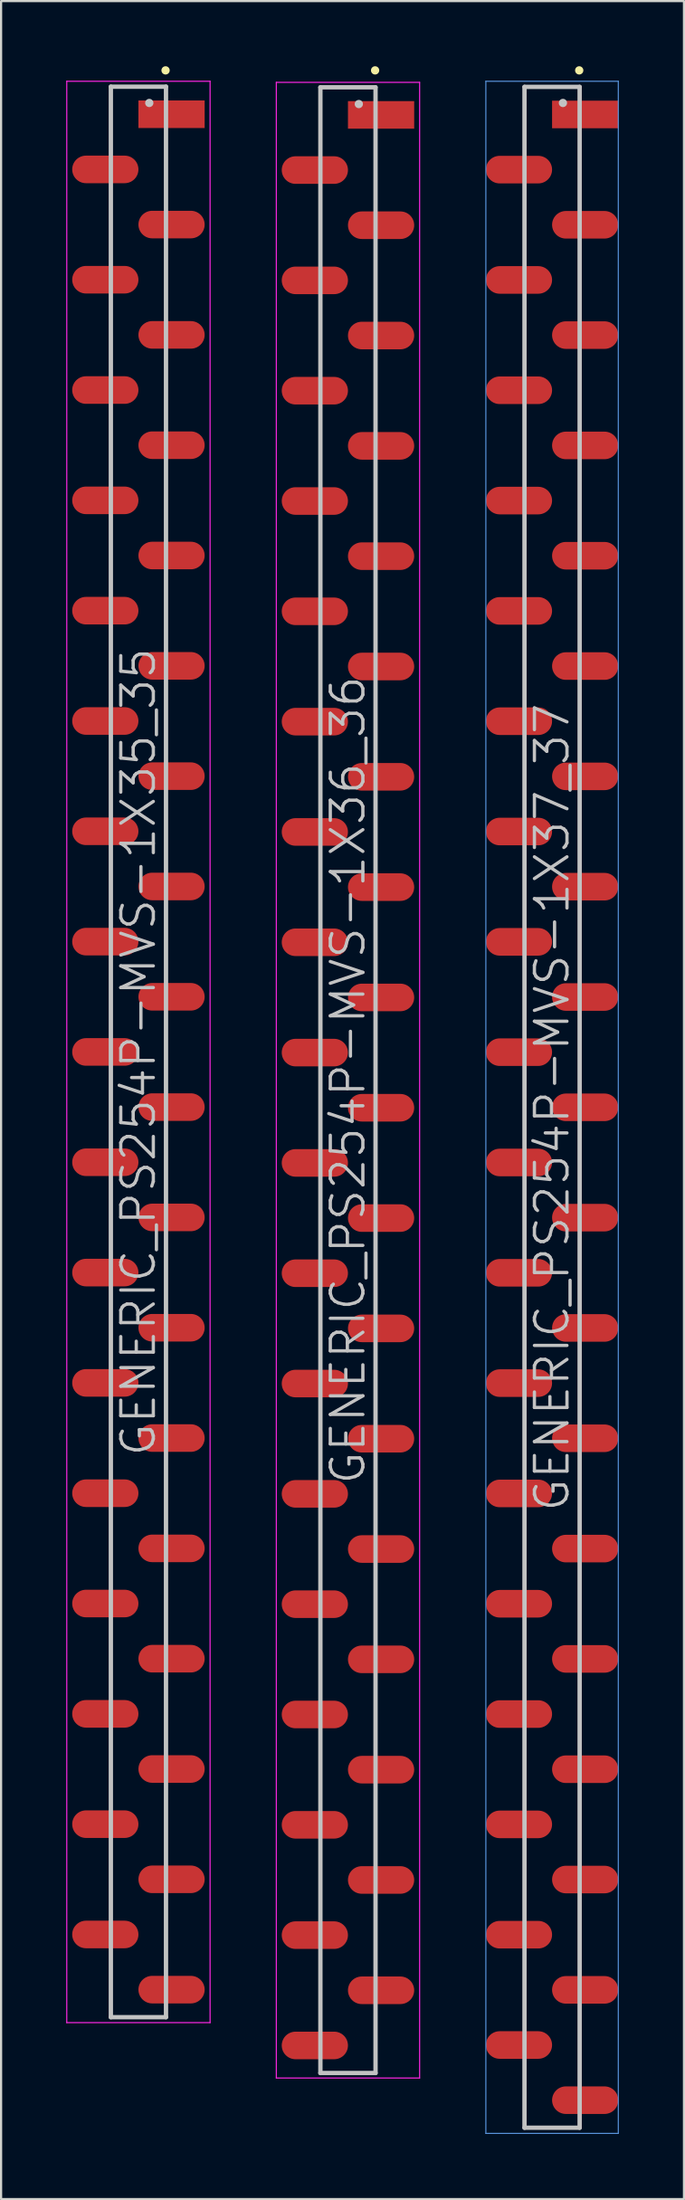
<source format=kicad_pcb>
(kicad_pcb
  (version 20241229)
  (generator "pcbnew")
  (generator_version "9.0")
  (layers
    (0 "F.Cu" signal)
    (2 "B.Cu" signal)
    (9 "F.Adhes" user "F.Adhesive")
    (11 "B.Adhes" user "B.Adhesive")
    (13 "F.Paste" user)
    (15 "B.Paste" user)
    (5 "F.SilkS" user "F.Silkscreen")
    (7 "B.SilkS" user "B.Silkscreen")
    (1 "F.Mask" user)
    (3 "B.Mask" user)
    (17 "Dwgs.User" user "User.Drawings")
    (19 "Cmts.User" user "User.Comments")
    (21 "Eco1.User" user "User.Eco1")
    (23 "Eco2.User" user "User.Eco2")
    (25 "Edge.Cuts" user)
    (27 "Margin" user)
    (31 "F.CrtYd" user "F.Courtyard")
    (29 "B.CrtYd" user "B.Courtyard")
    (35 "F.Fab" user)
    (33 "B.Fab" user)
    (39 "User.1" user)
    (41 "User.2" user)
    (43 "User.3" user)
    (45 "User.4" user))
  (footprint "GENERIC_PS254P-MVS-1X37_37"
    (layer "F.Cu")
    (at 22.375 47.941)
    (property "Reference" "GENERIC_PS254P-MVS-1X37_37" (at 0 0 90) (layer "Dwgs.User") (effects (font (size 1.5 1.5) (thickness 0.15))))
    (attr smd)
    (fp_line (start 1.25 -47.75) (end 1.25 -47.75) (stroke (width 0.381) (type solid)) (layer "F.SilkS"))
    (fp_line (start -1.27 -46.99) (end -1.27 46.99) (stroke (width 0.2) (type solid)) (layer "Dwgs.User"))
    (fp_line (start -1.27 -46.99) (end 1.27 -46.99) (stroke (width 0.2) (type solid)) (layer "Dwgs.User"))
    (fp_line (start -1.27 46.99) (end 1.27 46.99) (stroke (width 0.2) (type solid)) (layer "Dwgs.User"))
    (fp_line (start 0.5 -46.25) (end 0.5 -46.25) (stroke (width 0.381) (type solid)) (layer "Dwgs.User"))
    (fp_line (start 1.27 -46.99) (end 1.27 46.99) (stroke (width 0.2) (type solid)) (layer "Dwgs.User"))
    (fp_line (start -3.05 -47.25) (end -3.05 47.25) (stroke (width 0.05) (type solid)) (layer "Cmts.User"))
    (fp_line (start -3.05 -47.25) (end 3.05 -47.25) (stroke (width 0.05) (type solid)) (layer "Cmts.User"))
    (fp_line (start -3.05 47.25) (end 3.05 47.25) (stroke (width 0.05) (type solid)) (layer "Cmts.User"))
    (fp_line (start 3.05 -47.25) (end 3.05 47.25) (stroke (width 0.05) (type solid)) (layer "Cmts.User"))
    (pad "1" smd rect (at 1.525 -45.72 90) (size 1.27 3.05) (layers "F.Cu" "F.Mask" "F.Paste"))
    (pad "2" smd oval (at -1.525 -43.18 90) (size 1.27 3.05) (layers "F.Cu" "F.Mask" "F.Paste"))
    (pad "3" smd oval (at 1.525 -40.64 90) (size 1.27 3.05) (layers "F.Cu" "F.Mask" "F.Paste"))
    (pad "4" smd oval (at -1.525 -38.1 90) (size 1.27 3.05) (layers "F.Cu" "F.Mask" "F.Paste"))
    (pad "5" smd oval (at 1.525 -35.56 90) (size 1.27 3.05) (layers "F.Cu" "F.Mask" "F.Paste"))
    (pad "6" smd oval (at -1.525 -33.02 90) (size 1.27 3.05) (layers "F.Cu" "F.Mask" "F.Paste"))
    (pad "7" smd oval (at 1.525 -30.48 90) (size 1.27 3.05) (layers "F.Cu" "F.Mask" "F.Paste"))
    (pad "8" smd oval (at -1.525 -27.94 90) (size 1.27 3.05) (layers "F.Cu" "F.Mask" "F.Paste"))
    (pad "9" smd oval (at 1.525 -25.4 90) (size 1.27 3.05) (layers "F.Cu" "F.Mask" "F.Paste"))
    (pad "10" smd oval (at -1.525 -22.86 90) (size 1.27 3.05) (layers "F.Cu" "F.Mask" "F.Paste"))
    (pad "11" smd oval (at 1.525 -20.32 90) (size 1.27 3.05) (layers "F.Cu" "F.Mask" "F.Paste"))
    (pad "12" smd oval (at -1.525 -17.78 90) (size 1.27 3.05) (layers "F.Cu" "F.Mask" "F.Paste"))
    (pad "13" smd oval (at 1.525 -15.24 90) (size 1.27 3.05) (layers "F.Cu" "F.Mask" "F.Paste"))
    (pad "14" smd oval (at -1.525 -12.7 90) (size 1.27 3.05) (layers "F.Cu" "F.Mask" "F.Paste"))
    (pad "15" smd oval (at 1.525 -10.16 90) (size 1.27 3.05) (layers "F.Cu" "F.Mask" "F.Paste"))
    (pad "16" smd oval (at -1.525 -7.62 90) (size 1.27 3.05) (layers "F.Cu" "F.Mask" "F.Paste"))
    (pad "17" smd oval (at 1.525 -5.08 90) (size 1.27 3.05) (layers "F.Cu" "F.Mask" "F.Paste"))
    (pad "18" smd oval (at -1.525 -2.54 90) (size 1.27 3.05) (layers "F.Cu" "F.Mask" "F.Paste"))
    (pad "19" smd oval (at 1.525 0 90) (size 1.27 3.05) (layers "F.Cu" "F.Mask" "F.Paste"))
    (pad "20" smd oval (at -1.525 2.54 90) (size 1.27 3.05) (layers "F.Cu" "F.Mask" "F.Paste"))
    (pad "21" smd oval (at 1.525 5.08 90) (size 1.27 3.05) (layers "F.Cu" "F.Mask" "F.Paste"))
    (pad "22" smd oval (at -1.525 7.62 90) (size 1.27 3.05) (layers "F.Cu" "F.Mask" "F.Paste"))
    (pad "23" smd oval (at 1.525 10.16 90) (size 1.27 3.05) (layers "F.Cu" "F.Mask" "F.Paste"))
    (pad "24" smd oval (at -1.525 12.7 90) (size 1.27 3.05) (layers "F.Cu" "F.Mask" "F.Paste"))
    (pad "25" smd oval (at 1.525 15.24 90) (size 1.27 3.05) (layers "F.Cu" "F.Mask" "F.Paste"))
    (pad "26" smd oval (at -1.525 17.78 90) (size 1.27 3.05) (layers "F.Cu" "F.Mask" "F.Paste"))
    (pad "27" smd oval (at 1.525 20.32 90) (size 1.27 3.05) (layers "F.Cu" "F.Mask" "F.Paste"))
    (pad "28" smd oval (at -1.525 22.86 90) (size 1.27 3.05) (layers "F.Cu" "F.Mask" "F.Paste"))
    (pad "29" smd oval (at 1.525 25.4 90) (size 1.27 3.05) (layers "F.Cu" "F.Mask" "F.Paste"))
    (pad "30" smd oval (at -1.525 27.94 90) (size 1.27 3.05) (layers "F.Cu" "F.Mask" "F.Paste"))
    (pad "31" smd oval (at 1.525 30.48 90) (size 1.27 3.05) (layers "F.Cu" "F.Mask" "F.Paste"))
    (pad "32" smd oval (at -1.525 33.02 90) (size 1.27 3.05) (layers "F.Cu" "F.Mask" "F.Paste"))
    (pad "33" smd oval (at 1.525 35.56 90) (size 1.27 3.05) (layers "F.Cu" "F.Mask" "F.Paste"))
    (pad "34" smd oval (at -1.525 38.1 90) (size 1.27 3.05) (layers "F.Cu" "F.Mask" "F.Paste"))
    (pad "35" smd oval (at 1.525 40.64 90) (size 1.27 3.05) (layers "F.Cu" "F.Mask" "F.Paste"))
    (pad "36" smd oval (at -1.525 43.18 90) (size 1.27 3.05) (layers "F.Cu" "F.Mask" "F.Paste"))
    (pad "37" smd oval (at 1.525 45.72 90) (size 1.27 3.05) (layers "F.Cu" "F.Mask" "F.Paste")))
  (footprint "GENERIC_PS254P-MVS-1X36_36"
    (layer "F.Cu")
    (at 12.975 46.691)
    (property "Reference" "GENERIC_PS254P-MVS-1X36_36" (at 0 0 90) (layer "Dwgs.User") (effects (font (size 1.5 1.5) (thickness 0.15))))
    (attr smd)
    (fp_line (start 1.25 -46.5) (end 1.25 -46.5) (stroke (width 0.381) (type solid)) (layer "F.SilkS"))
    (fp_line (start -1.27 -45.72) (end -1.27 45.72) (stroke (width 0.2) (type solid)) (layer "Dwgs.User"))
    (fp_line (start -1.27 -45.72) (end 1.27 -45.72) (stroke (width 0.2) (type solid)) (layer "Dwgs.User"))
    (fp_line (start -1.27 45.72) (end 1.27 45.72) (stroke (width 0.2) (type solid)) (layer "Dwgs.User"))
    (fp_line (start 0.5 -44.95) (end 0.5 -44.95) (stroke (width 0.381) (type solid)) (layer "Dwgs.User"))
    (fp_line (start 1.27 -45.72) (end 1.27 45.72) (stroke (width 0.2) (type solid)) (layer "Dwgs.User"))
    (fp_line (start -3.3 -45.95) (end -3.3 45.95) (stroke (width 0.05) (type solid)) (layer "F.CrtYd"))
    (fp_line (start -3.3 -45.95) (end 3.3 -45.95) (stroke (width 0.05) (type solid)) (layer "F.CrtYd"))
    (fp_line (start -3.3 45.95) (end 3.3 45.95) (stroke (width 0.05) (type solid)) (layer "F.CrtYd"))
    (fp_line (start 3.3 -45.95) (end 3.3 45.95) (stroke (width 0.05) (type solid)) (layer "F.CrtYd"))
    (pad "1" smd rect (at 1.525 -44.45 90) (size 1.27 3.05) (layers "F.Cu" "F.Mask" "F.Paste"))
    (pad "2" smd oval (at -1.525 -41.91 90) (size 1.27 3.05) (layers "F.Cu" "F.Mask" "F.Paste"))
    (pad "3" smd oval (at 1.525 -39.37 90) (size 1.27 3.05) (layers "F.Cu" "F.Mask" "F.Paste"))
    (pad "4" smd oval (at -1.525 -36.83 90) (size 1.27 3.05) (layers "F.Cu" "F.Mask" "F.Paste"))
    (pad "5" smd oval (at 1.525 -34.29 90) (size 1.27 3.05) (layers "F.Cu" "F.Mask" "F.Paste"))
    (pad "6" smd oval (at -1.525 -31.75 90) (size 1.27 3.05) (layers "F.Cu" "F.Mask" "F.Paste"))
    (pad "7" smd oval (at 1.525 -29.21 90) (size 1.27 3.05) (layers "F.Cu" "F.Mask" "F.Paste"))
    (pad "8" smd oval (at -1.525 -26.67 90) (size 1.27 3.05) (layers "F.Cu" "F.Mask" "F.Paste"))
    (pad "9" smd oval (at 1.525 -24.13 90) (size 1.27 3.05) (layers "F.Cu" "F.Mask" "F.Paste"))
    (pad "10" smd oval (at -1.525 -21.59 90) (size 1.27 3.05) (layers "F.Cu" "F.Mask" "F.Paste"))
    (pad "11" smd oval (at 1.525 -19.05 90) (size 1.27 3.05) (layers "F.Cu" "F.Mask" "F.Paste"))
    (pad "12" smd oval (at -1.525 -16.51 90) (size 1.27 3.05) (layers "F.Cu" "F.Mask" "F.Paste"))
    (pad "13" smd oval (at 1.525 -13.97 90) (size 1.27 3.05) (layers "F.Cu" "F.Mask" "F.Paste"))
    (pad "14" smd oval (at -1.525 -11.43 90) (size 1.27 3.05) (layers "F.Cu" "F.Mask" "F.Paste"))
    (pad "15" smd oval (at 1.525 -8.89 90) (size 1.27 3.05) (layers "F.Cu" "F.Mask" "F.Paste"))
    (pad "16" smd oval (at -1.525 -6.35 90) (size 1.27 3.05) (layers "F.Cu" "F.Mask" "F.Paste"))
    (pad "17" smd oval (at 1.525 -3.81 90) (size 1.27 3.05) (layers "F.Cu" "F.Mask" "F.Paste"))
    (pad "18" smd oval (at -1.525 -1.27 90) (size 1.27 3.05) (layers "F.Cu" "F.Mask" "F.Paste"))
    (pad "19" smd oval (at 1.525 1.27 90) (size 1.27 3.05) (layers "F.Cu" "F.Mask" "F.Paste"))
    (pad "20" smd oval (at -1.525 3.81 90) (size 1.27 3.05) (layers "F.Cu" "F.Mask" "F.Paste"))
    (pad "21" smd oval (at 1.525 6.35 90) (size 1.27 3.05) (layers "F.Cu" "F.Mask" "F.Paste"))
    (pad "22" smd oval (at -1.525 8.89 90) (size 1.27 3.05) (layers "F.Cu" "F.Mask" "F.Paste"))
    (pad "23" smd oval (at 1.525 11.43 90) (size 1.27 3.05) (layers "F.Cu" "F.Mask" "F.Paste"))
    (pad "24" smd oval (at -1.525 13.97 90) (size 1.27 3.05) (layers "F.Cu" "F.Mask" "F.Paste"))
    (pad "25" smd oval (at 1.525 16.51 90) (size 1.27 3.05) (layers "F.Cu" "F.Mask" "F.Paste"))
    (pad "26" smd oval (at -1.525 19.05 90) (size 1.27 3.05) (layers "F.Cu" "F.Mask" "F.Paste"))
    (pad "27" smd oval (at 1.525 21.59 90) (size 1.27 3.05) (layers "F.Cu" "F.Mask" "F.Paste"))
    (pad "28" smd oval (at -1.525 24.13 90) (size 1.27 3.05) (layers "F.Cu" "F.Mask" "F.Paste"))
    (pad "29" smd oval (at 1.525 26.67 90) (size 1.27 3.05) (layers "F.Cu" "F.Mask" "F.Paste"))
    (pad "30" smd oval (at -1.525 29.21 90) (size 1.27 3.05) (layers "F.Cu" "F.Mask" "F.Paste"))
    (pad "31" smd oval (at 1.525 31.75 90) (size 1.27 3.05) (layers "F.Cu" "F.Mask" "F.Paste"))
    (pad "32" smd oval (at -1.525 34.29 90) (size 1.27 3.05) (layers "F.Cu" "F.Mask" "F.Paste"))
    (pad "33" smd oval (at 1.525 36.83 90) (size 1.27 3.05) (layers "F.Cu" "F.Mask" "F.Paste"))
    (pad "34" smd oval (at -1.525 39.37 90) (size 1.27 3.05) (layers "F.Cu" "F.Mask" "F.Paste"))
    (pad "35" smd oval (at 1.525 41.91 90) (size 1.27 3.05) (layers "F.Cu" "F.Mask" "F.Paste"))
    (pad "36" smd oval (at -1.525 44.45 90) (size 1.27 3.05) (layers "F.Cu" "F.Mask" "F.Paste")))
  (footprint "GENERIC_PS254P-MVS-1X35_35"
    (layer "F.Cu")
    (at 3.325 45.391)
    (property "Reference" "GENERIC_PS254P-MVS-1X35_35" (at 0 0 90) (layer "Dwgs.User") (effects (font (size 1.5 1.5) (thickness 0.15))))
    (attr smd)
    (fp_line (start 1.25 -45.2) (end 1.25 -45.2) (stroke (width 0.381) (type solid)) (layer "F.SilkS"))
    (fp_line (start -1.27 -44.45) (end -1.27 44.45) (stroke (width 0.2) (type solid)) (layer "Dwgs.User"))
    (fp_line (start -1.27 -44.45) (end 1.27 -44.45) (stroke (width 0.2) (type solid)) (layer "Dwgs.User"))
    (fp_line (start -1.27 44.45) (end 1.27 44.45) (stroke (width 0.2) (type solid)) (layer "Dwgs.User"))
    (fp_line (start 0.5 -43.7) (end 0.5 -43.7) (stroke (width 0.381) (type solid)) (layer "Dwgs.User"))
    (fp_line (start 1.27 -44.45) (end 1.27 44.45) (stroke (width 0.2) (type solid)) (layer "Dwgs.User"))
    (fp_line (start -3.3 -44.7) (end -3.3 44.7) (stroke (width 0.05) (type solid)) (layer "F.CrtYd"))
    (fp_line (start -3.3 -44.7) (end 3.3 -44.7) (stroke (width 0.05) (type solid)) (layer "F.CrtYd"))
    (fp_line (start -3.3 44.7) (end 3.3 44.7) (stroke (width 0.05) (type solid)) (layer "F.CrtYd"))
    (fp_line (start 3.3 -44.7) (end 3.3 44.7) (stroke (width 0.05) (type solid)) (layer "F.CrtYd"))
    (pad "1" smd rect (at 1.525 -43.18 90) (size 1.27 3.05) (layers "F.Cu" "F.Mask" "F.Paste"))
    (pad "2" smd oval (at -1.525 -40.64 90) (size 1.27 3.05) (layers "F.Cu" "F.Mask" "F.Paste"))
    (pad "3" smd oval (at 1.525 -38.1 90) (size 1.27 3.05) (layers "F.Cu" "F.Mask" "F.Paste"))
    (pad "4" smd oval (at -1.525 -35.56 90) (size 1.27 3.05) (layers "F.Cu" "F.Mask" "F.Paste"))
    (pad "5" smd oval (at 1.525 -33.02 90) (size 1.27 3.05) (layers "F.Cu" "F.Mask" "F.Paste"))
    (pad "6" smd oval (at -1.525 -30.48 90) (size 1.27 3.05) (layers "F.Cu" "F.Mask" "F.Paste"))
    (pad "7" smd oval (at 1.525 -27.94 90) (size 1.27 3.05) (layers "F.Cu" "F.Mask" "F.Paste"))
    (pad "8" smd oval (at -1.525 -25.4 90) (size 1.27 3.05) (layers "F.Cu" "F.Mask" "F.Paste"))
    (pad "9" smd oval (at 1.525 -22.86 90) (size 1.27 3.05) (layers "F.Cu" "F.Mask" "F.Paste"))
    (pad "10" smd oval (at -1.525 -20.32 90) (size 1.27 3.05) (layers "F.Cu" "F.Mask" "F.Paste"))
    (pad "11" smd oval (at 1.525 -17.78 90) (size 1.27 3.05) (layers "F.Cu" "F.Mask" "F.Paste"))
    (pad "12" smd oval (at -1.525 -15.24 90) (size 1.27 3.05) (layers "F.Cu" "F.Mask" "F.Paste"))
    (pad "13" smd oval (at 1.525 -12.7 90) (size 1.27 3.05) (layers "F.Cu" "F.Mask" "F.Paste"))
    (pad "14" smd oval (at -1.525 -10.16 90) (size 1.27 3.05) (layers "F.Cu" "F.Mask" "F.Paste"))
    (pad "15" smd oval (at 1.525 -7.62 90) (size 1.27 3.05) (layers "F.Cu" "F.Mask" "F.Paste"))
    (pad "16" smd oval (at -1.525 -5.08 90) (size 1.27 3.05) (layers "F.Cu" "F.Mask" "F.Paste"))
    (pad "17" smd oval (at 1.525 -2.54 90) (size 1.27 3.05) (layers "F.Cu" "F.Mask" "F.Paste"))
    (pad "18" smd oval (at -1.525 0 90) (size 1.27 3.05) (layers "F.Cu" "F.Mask" "F.Paste"))
    (pad "19" smd oval (at 1.525 2.54 90) (size 1.27 3.05) (layers "F.Cu" "F.Mask" "F.Paste"))
    (pad "20" smd oval (at -1.525 5.08 90) (size 1.27 3.05) (layers "F.Cu" "F.Mask" "F.Paste"))
    (pad "21" smd oval (at 1.525 7.62 90) (size 1.27 3.05) (layers "F.Cu" "F.Mask" "F.Paste"))
    (pad "22" smd oval (at -1.525 10.16 90) (size 1.27 3.05) (layers "F.Cu" "F.Mask" "F.Paste"))
    (pad "23" smd oval (at 1.525 12.7 90) (size 1.27 3.05) (layers "F.Cu" "F.Mask" "F.Paste"))
    (pad "24" smd oval (at -1.525 15.24 90) (size 1.27 3.05) (layers "F.Cu" "F.Mask" "F.Paste"))
    (pad "25" smd oval (at 1.525 17.78 90) (size 1.27 3.05) (layers "F.Cu" "F.Mask" "F.Paste"))
    (pad "26" smd oval (at -1.525 20.32 90) (size 1.27 3.05) (layers "F.Cu" "F.Mask" "F.Paste"))
    (pad "27" smd oval (at 1.525 22.86 90) (size 1.27 3.05) (layers "F.Cu" "F.Mask" "F.Paste"))
    (pad "28" smd oval (at -1.525 25.4 90) (size 1.27 3.05) (layers "F.Cu" "F.Mask" "F.Paste"))
    (pad "29" smd oval (at 1.525 27.94 90) (size 1.27 3.05) (layers "F.Cu" "F.Mask" "F.Paste"))
    (pad "30" smd oval (at -1.525 30.48 90) (size 1.27 3.05) (layers "F.Cu" "F.Mask" "F.Paste"))
    (pad "31" smd oval (at 1.525 33.02 90) (size 1.27 3.05) (layers "F.Cu" "F.Mask" "F.Paste"))
    (pad "32" smd oval (at -1.525 35.56 90) (size 1.27 3.05) (layers "F.Cu" "F.Mask" "F.Paste"))
    (pad "33" smd oval (at 1.525 38.1 90) (size 1.27 3.05) (layers "F.Cu" "F.Mask" "F.Paste"))
    (pad "34" smd oval (at -1.525 40.64 90) (size 1.27 3.05) (layers "F.Cu" "F.Mask" "F.Paste"))
    (pad "35" smd oval (at 1.525 43.18 90) (size 1.27 3.05) (layers "F.Cu" "F.Mask" "F.Paste")))
  (gr_rect
    (start -3 -3)
    (end 28.45 98.216)
    (stroke (width 0.1) (type default))
    (fill no)
    (layer "Edge.Cuts")))
</source>
